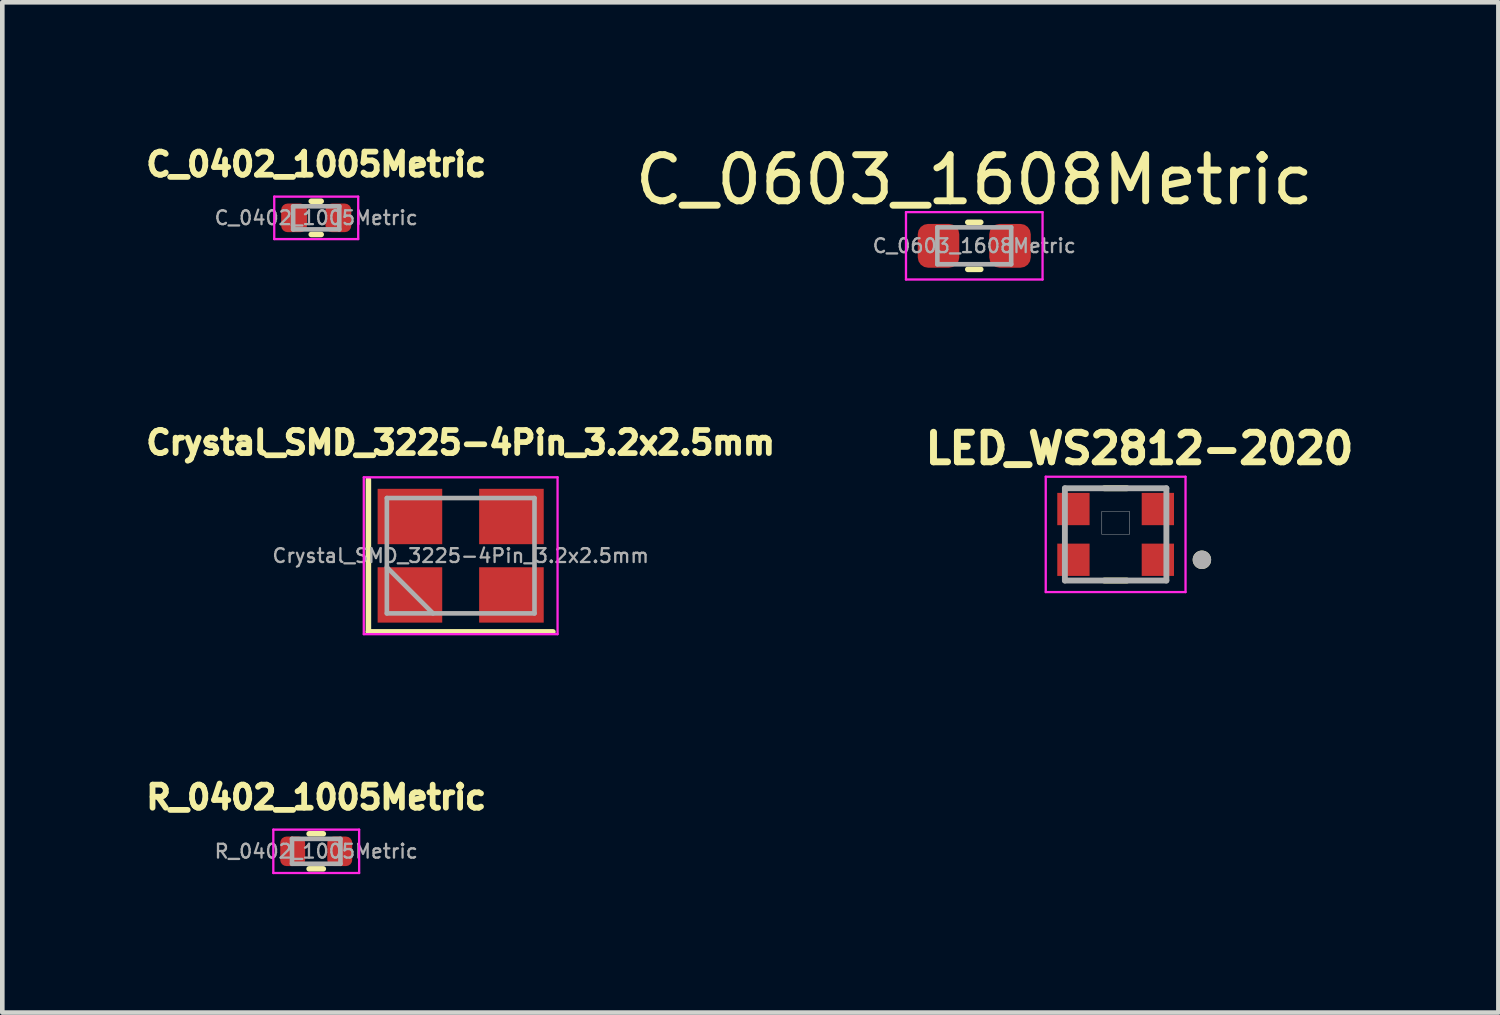
<source format=kicad_pcb>
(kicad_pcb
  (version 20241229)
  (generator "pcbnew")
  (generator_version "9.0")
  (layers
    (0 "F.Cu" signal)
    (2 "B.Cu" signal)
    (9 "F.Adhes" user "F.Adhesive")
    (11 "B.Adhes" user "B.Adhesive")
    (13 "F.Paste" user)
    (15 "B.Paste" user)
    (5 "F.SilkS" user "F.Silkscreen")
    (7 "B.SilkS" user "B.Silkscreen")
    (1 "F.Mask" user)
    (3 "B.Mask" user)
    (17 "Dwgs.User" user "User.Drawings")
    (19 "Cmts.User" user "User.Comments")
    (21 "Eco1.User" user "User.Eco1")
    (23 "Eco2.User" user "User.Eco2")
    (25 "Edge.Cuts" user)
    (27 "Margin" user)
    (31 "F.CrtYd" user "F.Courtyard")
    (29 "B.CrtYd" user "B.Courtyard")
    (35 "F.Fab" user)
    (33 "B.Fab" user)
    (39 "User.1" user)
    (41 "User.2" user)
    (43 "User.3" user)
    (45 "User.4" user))
  (footprint "LED_WS2812-2020"
    (layer "F.Cu")
    (at 21.131 8.533)
    (property "Reference" "LED_WS2812-2020" (at 0.517 -1.862 0) (layer "F.SilkS") (effects (font (size 0.64 0.64) (thickness 0.15))))
    (attr smd)
    (fp_line (start 0.245 -1) (end -0.245 -1) (stroke (width 0.127) (type solid)) (layer "F.SilkS"))
    (fp_line (start 0.245 1) (end -0.245 1) (stroke (width 0.127) (type solid)) (layer "F.SilkS"))
    (fp_circle (center 1.87 0.55) (end 1.97 0.55) (stroke (width 0.2) (type solid)) (fill no) (layer "F.SilkS"))
    (fp_line (start -1.515 -1.25) (end -1.515 1.25) (stroke (width 0.05) (type solid)) (layer "F.CrtYd"))
    (fp_line (start -1.515 1.25) (end 1.515 1.25) (stroke (width 0.05) (type solid)) (layer "F.CrtYd"))
    (fp_line (start 1.515 -1.25) (end -1.515 -1.25) (stroke (width 0.05) (type solid)) (layer "F.CrtYd"))
    (fp_line (start 1.515 1.25) (end 1.515 -1.25) (stroke (width 0.05) (type solid)) (layer "F.CrtYd"))
    (fp_line (start -1.1 -1) (end 1.1 -1) (stroke (width 0.127) (type solid)) (layer "F.Fab"))
    (fp_line (start -1.1 1) (end -1.1 -1) (stroke (width 0.127) (type solid)) (layer "F.Fab"))
    (fp_line (start 1.1 -1) (end 1.1 1) (stroke (width 0.127) (type solid)) (layer "F.Fab"))
    (fp_line (start 1.1 1) (end -1.1 1) (stroke (width 0.127) (type solid)) (layer "F.Fab"))
    (fp_circle (center 1.87 0.55) (end 1.97 0.55) (stroke (width 0.2) (type solid)) (fill no) (layer "F.Fab"))
    (fp_poly (pts (xy -0.3 -0.5) (xy 0.3 -0.5) (xy 0.3 0) (xy -0.3 0)) (stroke (width 0.01) (type solid)) (fill no) (layer "F.Fab"))
    (pad "1" smd rect (at 0.915 0.55) (size 0.7 0.7) (layers "F.Cu" "F.Mask" "F.Paste"))
    (pad "2" smd rect (at 0.915 -0.55) (size 0.7 0.7) (layers "F.Cu" "F.Mask" "F.Paste"))
    (pad "3" smd rect (at -0.915 -0.55) (size 0.7 0.7) (layers "F.Cu" "F.Mask" "F.Paste"))
    (pad "4" smd rect (at -0.915 0.55) (size 0.7 0.7) (layers "F.Cu" "F.Mask" "F.Paste")))
  (footprint "Crystal_SMD_3225-4Pin_3.2x2.5mm"
    (layer "F.Cu")
    (at 6.935 8.995)
    (property "Reference" "Crystal_SMD_3225-4Pin_3.2x2.5mm" (at 0 -2.45 0) (layer "F.SilkS") (effects (font (size 0.5 0.5) (thickness 1))))
    (attr smd)
    (fp_line (start -2 -1.65) (end -2 1.65) (stroke (width 0.12) (type solid)) (layer "F.SilkS"))
    (fp_line (start -2 1.65) (end 2 1.65) (stroke (width 0.12) (type solid)) (layer "F.SilkS"))
    (fp_line (start -2.1 -1.7) (end -2.1 1.7) (stroke (width 0.05) (type solid)) (layer "F.CrtYd"))
    (fp_line (start -2.1 1.7) (end 2.1 1.7) (stroke (width 0.05) (type solid)) (layer "F.CrtYd"))
    (fp_line (start 2.1 -1.7) (end -2.1 -1.7) (stroke (width 0.05) (type solid)) (layer "F.CrtYd"))
    (fp_line (start 2.1 1.7) (end 2.1 -1.7) (stroke (width 0.05) (type solid)) (layer "F.CrtYd"))
    (fp_line (start -1.6 -1.25) (end -1.6 1.25) (stroke (width 0.1) (type solid)) (layer "F.Fab"))
    (fp_line (start -1.6 0.25) (end -0.6 1.25) (stroke (width 0.1) (type solid)) (layer "F.Fab"))
    (fp_line (start -1.6 1.25) (end 1.6 1.25) (stroke (width 0.1) (type solid)) (layer "F.Fab"))
    (fp_line (start 1.6 -1.25) (end -1.6 -1.25) (stroke (width 0.1) (type solid)) (layer "F.Fab"))
    (fp_line (start 1.6 1.25) (end 1.6 -1.25) (stroke (width 0.1) (type solid)) (layer "F.Fab"))
    (fp_text user "${REFERENCE}" (at 0 0 0) (layer "F.Fab") (effects (font (size 0.3 0.3) (thickness 0.05))))
    (pad "1" smd rect (at -1.1 0.85) (size 1.4 1.2) (layers "F.Cu" "F.Mask" "F.Paste"))
    (pad "2" smd rect (at 1.1 0.85) (size 1.4 1.2) (layers "F.Cu" "F.Mask" "F.Paste"))
    (pad "3" smd rect (at 1.1 -0.85) (size 1.4 1.2) (layers "F.Cu" "F.Mask" "F.Paste"))
    (pad "4" smd rect (at -1.1 -0.85) (size 1.4 1.2) (layers "F.Cu" "F.Mask" "F.Paste")))
  (footprint "C_0402_1005Metric"
    (layer "F.Cu")
    (at 3.804 1.672)
    (property "Reference" "C_0402_1005Metric" (at 0 -1.16 0) (layer "F.SilkS") (effects (font (size 0.5 0.5) (thickness 1))))
    (attr smd)
    (fp_line (start -0.108 -0.36) (end 0.108 -0.36) (stroke (width 0.12) (type solid)) (layer "F.SilkS"))
    (fp_line (start -0.108 0.36) (end 0.108 0.36) (stroke (width 0.12) (type solid)) (layer "F.SilkS"))
    (fp_line (start -0.91 -0.46) (end 0.91 -0.46) (stroke (width 0.05) (type solid)) (layer "F.CrtYd"))
    (fp_line (start -0.91 0.46) (end -0.91 -0.46) (stroke (width 0.05) (type solid)) (layer "F.CrtYd"))
    (fp_line (start 0.91 -0.46) (end 0.91 0.46) (stroke (width 0.05) (type solid)) (layer "F.CrtYd"))
    (fp_line (start 0.91 0.46) (end -0.91 0.46) (stroke (width 0.05) (type solid)) (layer "F.CrtYd"))
    (fp_line (start -0.5 -0.25) (end 0.5 -0.25) (stroke (width 0.1) (type solid)) (layer "F.Fab"))
    (fp_line (start -0.5 0.25) (end -0.5 -0.25) (stroke (width 0.1) (type solid)) (layer "F.Fab"))
    (fp_line (start 0.5 -0.25) (end 0.5 0.25) (stroke (width 0.1) (type solid)) (layer "F.Fab"))
    (fp_line (start 0.5 0.25) (end -0.5 0.25) (stroke (width 0.1) (type solid)) (layer "F.Fab"))
    (fp_text user "${REFERENCE}" (at 0 0 0) (layer "F.Fab") (effects (font (size 0.3 0.3) (thickness 0.05))))
    (pad "1" smd roundrect (at -0.48 0) (size 0.56 0.62) (layers "F.Cu" "F.Mask" "F.Paste") (roundrect_rratio 0.25))
    (pad "2" smd roundrect (at 0.48 0) (size 0.56 0.62) (layers "F.Cu" "F.Mask" "F.Paste") (roundrect_rratio 0.25)))
  (footprint "R_0402_1005Metric"
    (layer "F.Cu")
    (at 3.804 15.402)
    (property "Reference" "R_0402_1005Metric" (at 0 -1.17 180) (layer "F.SilkS") (effects (font (size 0.5 0.5) (thickness 1))))
    (attr smd)
    (fp_line (start -0.154 -0.38) (end 0.154 -0.38) (stroke (width 0.12) (type solid)) (layer "F.SilkS"))
    (fp_line (start -0.154 0.38) (end 0.154 0.38) (stroke (width 0.12) (type solid)) (layer "F.SilkS"))
    (fp_line (start -0.93 -0.47) (end 0.93 -0.47) (stroke (width 0.05) (type solid)) (layer "F.CrtYd"))
    (fp_line (start -0.93 0.47) (end -0.93 -0.47) (stroke (width 0.05) (type solid)) (layer "F.CrtYd"))
    (fp_line (start 0.93 -0.47) (end 0.93 0.47) (stroke (width 0.05) (type solid)) (layer "F.CrtYd"))
    (fp_line (start 0.93 0.47) (end -0.93 0.47) (stroke (width 0.05) (type solid)) (layer "F.CrtYd"))
    (fp_line (start -0.525 -0.27) (end 0.525 -0.27) (stroke (width 0.1) (type solid)) (layer "F.Fab"))
    (fp_line (start -0.525 0.27) (end -0.525 -0.27) (stroke (width 0.1) (type solid)) (layer "F.Fab"))
    (fp_line (start 0.525 -0.27) (end 0.525 0.27) (stroke (width 0.1) (type solid)) (layer "F.Fab"))
    (fp_line (start 0.525 0.27) (end -0.525 0.27) (stroke (width 0.1) (type solid)) (layer "F.Fab"))
    (fp_text user "${REFERENCE}" (at 0 0 180) (layer "F.Fab") (effects (font (size 0.3 0.3) (thickness 0.05))))
    (pad "1" smd roundrect (at -0.51 0) (size 0.54 0.64) (layers "F.Cu" "F.Mask" "F.Paste") (roundrect_rratio 0.25))
    (pad "2" smd roundrect (at 0.51 0) (size 0.54 0.64) (layers "F.Cu" "F.Mask" "F.Paste") (roundrect_rratio 0.25)))
  (footprint "C_0603_1608Metric"
    (layer "F.Cu")
    (at 18.067 2.278)
    (property "Reference" "C_0603_1608Metric" (at 0 -1.43 0) (layer "F.SilkS") (effects (font (size 1 1) (thickness 0.15))))
    (attr smd)
    (fp_line (start -0.141 -0.51) (end 0.141 -0.51) (stroke (width 0.12) (type solid)) (layer "F.SilkS"))
    (fp_line (start -0.141 0.51) (end 0.141 0.51) (stroke (width 0.12) (type solid)) (layer "F.SilkS"))
    (fp_line (start -1.48 -0.73) (end 1.48 -0.73) (stroke (width 0.05) (type solid)) (layer "F.CrtYd"))
    (fp_line (start -1.48 0.73) (end -1.48 -0.73) (stroke (width 0.05) (type solid)) (layer "F.CrtYd"))
    (fp_line (start 1.48 -0.73) (end 1.48 0.73) (stroke (width 0.05) (type solid)) (layer "F.CrtYd"))
    (fp_line (start 1.48 0.73) (end -1.48 0.73) (stroke (width 0.05) (type solid)) (layer "F.CrtYd"))
    (fp_line (start -0.8 -0.4) (end 0.8 -0.4) (stroke (width 0.1) (type solid)) (layer "F.Fab"))
    (fp_line (start -0.8 0.4) (end -0.8 -0.4) (stroke (width 0.1) (type solid)) (layer "F.Fab"))
    (fp_line (start 0.8 -0.4) (end 0.8 0.4) (stroke (width 0.1) (type solid)) (layer "F.Fab"))
    (fp_line (start 0.8 0.4) (end -0.8 0.4) (stroke (width 0.1) (type solid)) (layer "F.Fab"))
    (fp_text user "${REFERENCE}" (at 0 0 0) (layer "F.Fab") (effects (font (size 0.3 0.3) (thickness 0.05))))
    (pad "1" smd roundrect (at -0.775 0) (size 0.9 0.95) (layers "F.Cu" "F.Mask" "F.Paste") (roundrect_rratio 0.25))
    (pad "2" smd roundrect (at 0.775 0) (size 0.9 0.95) (layers "F.Cu" "F.Mask" "F.Paste") (roundrect_rratio 0.25)))
  (gr_rect
    (start -3 -3)
    (end 29.427 18.897)
    (stroke (width 0.1) (type default))
    (fill no)
    (layer "Edge.Cuts")))
</source>
